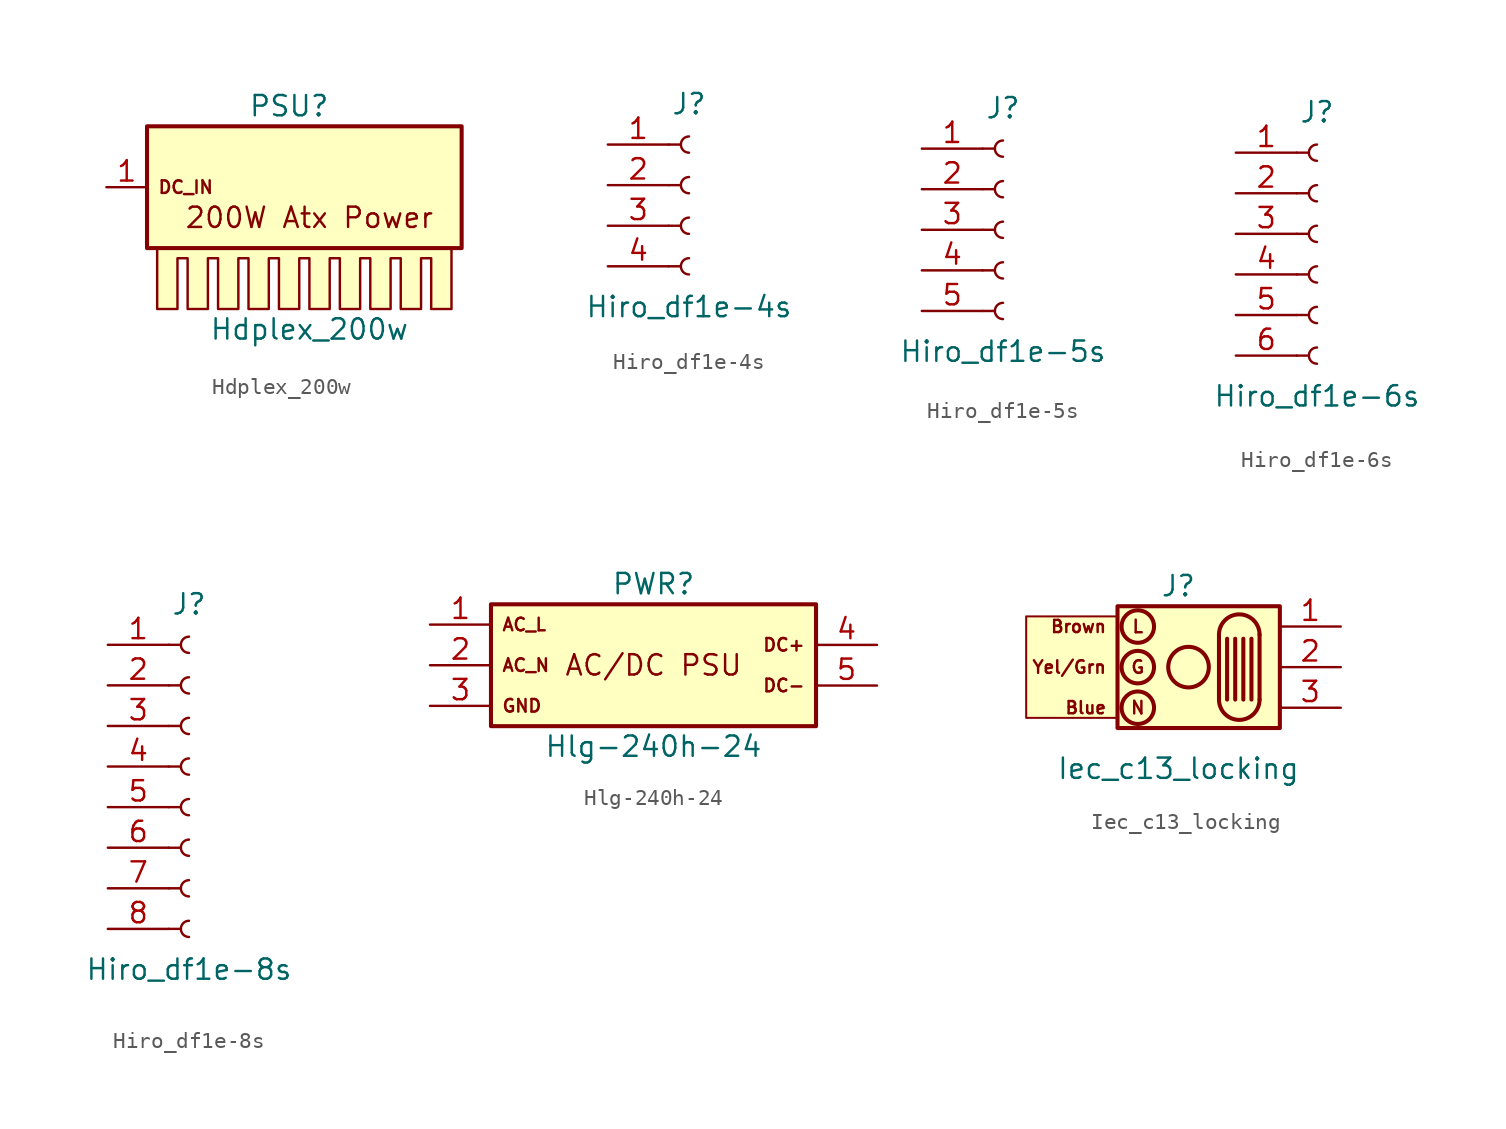
<source format=kicad_sym>
(kicad_symbol_lib
  (version 20220914)
  (generator kicad_symbol_editor)
  (symbol "Hdplex_200w"
    (pin_names
      (offset 1.016) hide)
    (property "Reference" "PSU"
      (at 0 5.08 0)
      (effects (font (size 1.27 1.27))))
    (property "Value" "Hdplex_200w"
      (at 1.27 -8.89 0)
      (effects (font (size 1.27 1.27))))
    (symbol "Hdplex_200w_0_0"
      (polyline (pts (xy -8.255 -4.445) (xy -8.255 -7.62) (xy -6.985 -7.62) (xy -6.985 -4.445) (xy -6.35 -4.445) (xy -6.35 -7.62) (xy -5.08 -7.62) (xy -5.08 -4.445) (xy -4.445 -4.445) (xy -4.445 -7.62) (xy -3.175 -7.62) (xy -3.175 -4.445) (xy -2.54 -4.445) (xy -2.54 -7.62) (xy -1.905 -7.62) (xy -1.27 -7.62) (xy -1.27 -4.445) (xy -0.635 -4.445) (xy -0.635 -7.62) (xy 0.635 -7.62) (xy 0.635 -4.445) (xy 1.27 -4.445) (xy 1.27 -7.62) (xy 2.54 -7.62) (xy 2.54 -4.445) (xy 3.175 -4.445) (xy 3.175 -7.62) (xy 4.445 -7.62) (xy 4.445 -4.445) (xy 5.08 -4.445) (xy 5.08 -7.62) (xy 6.35 -7.62) (xy 6.35 -4.445) (xy 6.985 -4.445) (xy 6.985 -7.62) (xy 8.255 -7.62) (xy 8.255 -4.445) (xy 8.89 -4.445) (xy 8.89 -7.62) (xy 10.16 -7.62) (xy 10.16 -4.445) (xy 10.16 -3.81) (xy -8.255 -3.81) (xy -8.255 -4.445)) (stroke (width 0) (type default)) (fill (type background)))
      (text "200W Atx Power" (at 1.27 -1.905 0) (effects (font (size 1.27 1.27))))
      (text "DC_IN" (at -8.255 0 0) (effects (font (size 0.787 0.787)) (justify left))))
    (symbol "Hdplex_200w_0_1"
      (rectangle (start 10.795 3.81) (end -8.89 -3.81) (stroke (width 0.254) (type default)) (fill (type background))))
    (symbol "Hdplex_200w_1_1"
      (pin passive line (at -11.43 0 0) (length 2.54) (name "DC_IN" (effects (font (size 1.27 1.27)))) (number "1" (effects (font (size 1.27 1.27)))))))
  (symbol "Hiro_df1e-4s"
    (pin_names
      (offset 1.016) hide)
    (property "Reference" "J"
      (at 0 7.62 0)
      (effects (font (size 1.27 1.27))))
    (property "Value" "Hiro_df1e-4s"
      (at 0 -5.08 0)
      (effects (font (size 1.27 1.27))))
    (symbol "Hiro_df1e-4s_1_1"
      (arc (start 0 -2.032) (mid -0.5058 -2.54) (end 0 -3.048) (stroke (width 0.1524) (type default)) (fill (type none)))
      (polyline (pts (xy -1.27 -2.54) (xy -0.508 -2.54)) (stroke (width 0.152) (type default)) (fill (type none)))
      (polyline (pts (xy -1.27 0) (xy -0.508 0)) (stroke (width 0.152) (type default)) (fill (type none)))
      (polyline (pts (xy -1.27 2.54) (xy -0.508 2.54)) (stroke (width 0.152) (type default)) (fill (type none)))
      (polyline (pts (xy -1.27 5.08) (xy -0.508 5.08)) (stroke (width 0.152) (type default)) (fill (type none)))
      (arc (start 0 0.508) (mid -0.5058 0) (end 0 -0.508) (stroke (width 0.1524) (type default)) (fill (type none)))
      (arc (start 0 3.048) (mid -0.5058 2.54) (end 0 2.032) (stroke (width 0.1524) (type default)) (fill (type none)))
      (arc (start 0 5.588) (mid -0.5058 5.08) (end 0 4.572) (stroke (width 0.1524) (type default)) (fill (type none)))
      (pin passive line (at -5.08 5.08 0) (length 3.81) (name "Pin_1" (effects (font (size 1.27 1.27)))) (number "1" (effects (font (size 1.27 1.27)))))
      (pin passive line (at -5.08 2.54 0) (length 3.81) (name "Pin_2" (effects (font (size 1.27 1.27)))) (number "2" (effects (font (size 1.27 1.27)))))
      (pin passive line (at -5.08 0 0) (length 3.81) (name "Pin_3" (effects (font (size 1.27 1.27)))) (number "3" (effects (font (size 1.27 1.27)))))
      (pin passive line (at -5.08 -2.54 0) (length 3.81) (name "Pin_4" (effects (font (size 1.27 1.27)))) (number "4" (effects (font (size 1.27 1.27)))))))
  (symbol "Hiro_df1e-5s"
    (pin_names
      (offset 1.016) hide)
    (property "Reference" "J"
      (at 0 7.62 0)
      (effects (font (size 1.27 1.27))))
    (property "Value" "Hiro_df1e-5s"
      (at 0 -7.62 0)
      (effects (font (size 1.27 1.27))))
    (symbol "Hiro_df1e-5s_1_1"
      (arc (start 0 -4.572) (mid -0.5058 -5.08) (end 0 -5.588) (stroke (width 0.1524) (type default)) (fill (type none)))
      (arc (start 0 -2.032) (mid -0.5058 -2.54) (end 0 -3.048) (stroke (width 0.1524) (type default)) (fill (type none)))
      (polyline (pts (xy -1.27 -5.08) (xy -0.508 -5.08)) (stroke (width 0.152) (type default)) (fill (type none)))
      (polyline (pts (xy -1.27 -2.54) (xy -0.508 -2.54)) (stroke (width 0.152) (type default)) (fill (type none)))
      (polyline (pts (xy -1.27 0) (xy -0.508 0)) (stroke (width 0.152) (type default)) (fill (type none)))
      (polyline (pts (xy -1.27 2.54) (xy -0.508 2.54)) (stroke (width 0.152) (type default)) (fill (type none)))
      (polyline (pts (xy -1.27 5.08) (xy -0.508 5.08)) (stroke (width 0.152) (type default)) (fill (type none)))
      (arc (start 0 0.508) (mid -0.5058 0) (end 0 -0.508) (stroke (width 0.1524) (type default)) (fill (type none)))
      (arc (start 0 3.048) (mid -0.5058 2.54) (end 0 2.032) (stroke (width 0.1524) (type default)) (fill (type none)))
      (arc (start 0 5.588) (mid -0.5058 5.08) (end 0 4.572) (stroke (width 0.1524) (type default)) (fill (type none)))
      (pin passive line (at -5.08 5.08 0) (length 3.81) (name "Pin_1" (effects (font (size 1.27 1.27)))) (number "1" (effects (font (size 1.27 1.27)))))
      (pin passive line (at -5.08 2.54 0) (length 3.81) (name "Pin_2" (effects (font (size 1.27 1.27)))) (number "2" (effects (font (size 1.27 1.27)))))
      (pin passive line (at -5.08 0 0) (length 3.81) (name "Pin_3" (effects (font (size 1.27 1.27)))) (number "3" (effects (font (size 1.27 1.27)))))
      (pin passive line (at -5.08 -2.54 0) (length 3.81) (name "Pin_4" (effects (font (size 1.27 1.27)))) (number "4" (effects (font (size 1.27 1.27)))))
      (pin passive line (at -5.08 -5.08 0) (length 3.81) (name "Pin_5" (effects (font (size 1.27 1.27)))) (number "5" (effects (font (size 1.27 1.27)))))))
  (symbol "Hiro_df1e-6s"
    (pin_names
      (offset 1.016) hide)
    (property "Reference" "J"
      (at 0 7.62 0)
      (effects (font (size 1.27 1.27))))
    (property "Value" "Hiro_df1e-6s"
      (at 0 -10.16 0)
      (effects (font (size 1.27 1.27))))
    (symbol "Hiro_df1e-6s_1_1"
      (arc (start 0 -7.112) (mid -0.5058 -7.62) (end 0 -8.128) (stroke (width 0.1524) (type default)) (fill (type none)))
      (arc (start 0 -4.572) (mid -0.5058 -5.08) (end 0 -5.588) (stroke (width 0.1524) (type default)) (fill (type none)))
      (arc (start 0 -2.032) (mid -0.5058 -2.54) (end 0 -3.048) (stroke (width 0.1524) (type default)) (fill (type none)))
      (polyline (pts (xy -1.27 -7.62) (xy -0.508 -7.62)) (stroke (width 0.152) (type default)) (fill (type none)))
      (polyline (pts (xy -1.27 -5.08) (xy -0.508 -5.08)) (stroke (width 0.152) (type default)) (fill (type none)))
      (polyline (pts (xy -1.27 -2.54) (xy -0.508 -2.54)) (stroke (width 0.152) (type default)) (fill (type none)))
      (polyline (pts (xy -1.27 0) (xy -0.508 0)) (stroke (width 0.152) (type default)) (fill (type none)))
      (polyline (pts (xy -1.27 2.54) (xy -0.508 2.54)) (stroke (width 0.152) (type default)) (fill (type none)))
      (polyline (pts (xy -1.27 5.08) (xy -0.508 5.08)) (stroke (width 0.152) (type default)) (fill (type none)))
      (arc (start 0 0.508) (mid -0.5058 0) (end 0 -0.508) (stroke (width 0.1524) (type default)) (fill (type none)))
      (arc (start 0 3.048) (mid -0.5058 2.54) (end 0 2.032) (stroke (width 0.1524) (type default)) (fill (type none)))
      (arc (start 0 5.588) (mid -0.5058 5.08) (end 0 4.572) (stroke (width 0.1524) (type default)) (fill (type none)))
      (pin passive line (at -5.08 5.08 0) (length 3.81) (name "Pin_1" (effects (font (size 1.27 1.27)))) (number "1" (effects (font (size 1.27 1.27)))))
      (pin passive line (at -5.08 2.54 0) (length 3.81) (name "Pin_2" (effects (font (size 1.27 1.27)))) (number "2" (effects (font (size 1.27 1.27)))))
      (pin passive line (at -5.08 0 0) (length 3.81) (name "Pin_3" (effects (font (size 1.27 1.27)))) (number "3" (effects (font (size 1.27 1.27)))))
      (pin passive line (at -5.08 -2.54 0) (length 3.81) (name "Pin_4" (effects (font (size 1.27 1.27)))) (number "4" (effects (font (size 1.27 1.27)))))
      (pin passive line (at -5.08 -5.08 0) (length 3.81) (name "Pin_5" (effects (font (size 1.27 1.27)))) (number "5" (effects (font (size 1.27 1.27)))))
      (pin passive line (at -5.08 -7.62 0) (length 3.81) (name "Pin_6" (effects (font (size 1.27 1.27)))) (number "6" (effects (font (size 1.27 1.27)))))))
  (symbol "Hiro_df1e-8s"
    (pin_names
      (offset 1.016) hide)
    (property "Reference" "J"
      (at 0 10.16 0)
      (effects (font (size 1.27 1.27))))
    (property "Value" "Hiro_df1e-8s"
      (at 0 -12.7 0)
      (effects (font (size 1.27 1.27))))
    (symbol "Hiro_df1e-8s_1_1"
      (arc (start 0 -9.652) (mid -0.5058 -10.16) (end 0 -10.668) (stroke (width 0.1524) (type default)) (fill (type none)))
      (arc (start 0 -7.112) (mid -0.5058 -7.62) (end 0 -8.128) (stroke (width 0.1524) (type default)) (fill (type none)))
      (arc (start 0 -4.572) (mid -0.5058 -5.08) (end 0 -5.588) (stroke (width 0.1524) (type default)) (fill (type none)))
      (arc (start 0 -2.032) (mid -0.5058 -2.54) (end 0 -3.048) (stroke (width 0.1524) (type default)) (fill (type none)))
      (polyline (pts (xy -1.27 -10.16) (xy -0.508 -10.16)) (stroke (width 0.152) (type default)) (fill (type none)))
      (polyline (pts (xy -1.27 -7.62) (xy -0.508 -7.62)) (stroke (width 0.152) (type default)) (fill (type none)))
      (polyline (pts (xy -1.27 -5.08) (xy -0.508 -5.08)) (stroke (width 0.152) (type default)) (fill (type none)))
      (polyline (pts (xy -1.27 -2.54) (xy -0.508 -2.54)) (stroke (width 0.152) (type default)) (fill (type none)))
      (polyline (pts (xy -1.27 0) (xy -0.508 0)) (stroke (width 0.152) (type default)) (fill (type none)))
      (polyline (pts (xy -1.27 2.54) (xy -0.508 2.54)) (stroke (width 0.152) (type default)) (fill (type none)))
      (polyline (pts (xy -1.27 5.08) (xy -0.508 5.08)) (stroke (width 0.152) (type default)) (fill (type none)))
      (polyline (pts (xy -1.27 7.62) (xy -0.508 7.62)) (stroke (width 0.152) (type default)) (fill (type none)))
      (arc (start 0 0.508) (mid -0.5058 0) (end 0 -0.508) (stroke (width 0.1524) (type default)) (fill (type none)))
      (arc (start 0 3.048) (mid -0.5058 2.54) (end 0 2.032) (stroke (width 0.1524) (type default)) (fill (type none)))
      (arc (start 0 5.588) (mid -0.5058 5.08) (end 0 4.572) (stroke (width 0.1524) (type default)) (fill (type none)))
      (arc (start 0 8.128) (mid -0.5058 7.62) (end 0 7.112) (stroke (width 0.1524) (type default)) (fill (type none)))
      (pin passive line (at -5.08 7.62 0) (length 3.81) (name "Pin_1" (effects (font (size 1.27 1.27)))) (number "1" (effects (font (size 1.27 1.27)))))
      (pin passive line (at -5.08 5.08 0) (length 3.81) (name "Pin_2" (effects (font (size 1.27 1.27)))) (number "2" (effects (font (size 1.27 1.27)))))
      (pin passive line (at -5.08 2.54 0) (length 3.81) (name "Pin_3" (effects (font (size 1.27 1.27)))) (number "3" (effects (font (size 1.27 1.27)))))
      (pin passive line (at -5.08 0 0) (length 3.81) (name "Pin_4" (effects (font (size 1.27 1.27)))) (number "4" (effects (font (size 1.27 1.27)))))
      (pin passive line (at -5.08 -2.54 0) (length 3.81) (name "Pin_5" (effects (font (size 1.27 1.27)))) (number "5" (effects (font (size 1.27 1.27)))))
      (pin passive line (at -5.08 -5.08 0) (length 3.81) (name "Pin_6" (effects (font (size 1.27 1.27)))) (number "6" (effects (font (size 1.27 1.27)))))
      (pin passive line (at -5.08 -7.62 0) (length 3.81) (name "Pin_7" (effects (font (size 1.27 1.27)))) (number "7" (effects (font (size 1.27 1.27)))))
      (pin passive line (at -5.08 -10.16 0) (length 3.81) (name "Pin_8" (effects (font (size 1.27 1.27)))) (number "8" (effects (font (size 1.27 1.27)))))))
  (symbol "Hlg-240h-24"
    (pin_names
      (offset 1.016) hide)
    (property "Reference" "PWR"
      (at 0 5.08 0)
      (effects (font (size 1.27 1.27))))
    (property "Value" "Hlg-240h-24"
      (at 0 -5.08 0)
      (effects (font (size 1.27 1.27))))
    (symbol "Hlg-240h-24_0_0"
      (text "AC/DC PSU" (at 0 0 0) (effects (font (size 1.27 1.27))))
      (text "AC_L" (at -9.525 2.54 0) (effects (font (size 0.787 0.787)) (justify left))))
    (symbol "Hlg-240h-24_0_1"
      (rectangle (start 10.16 3.81) (end -10.16 -3.81) (stroke (width 0.254) (type default)) (fill (type background))))
    (symbol "Hlg-240h-24_1_1"
      (text "AC_N" (at -9.525 0 0) (effects (font (size 0.787 0.787)) (justify left)))
      (text "DC+" (at 9.525 1.27 0) (effects (font (size 0.787 0.787)) (justify right)))
      (text "DC-" (at 9.525 -1.27 0) (effects (font (size 0.787 0.787)) (justify right)))
      (text "GND" (at -9.525 -2.54 0) (effects (font (size 0.787 0.787)) (justify left)))
      (pin passive line (at -13.97 2.54 0) (length 3.81) (name "AC_L" (effects (font (size 1.27 1.27)))) (number "1" (effects (font (size 1.27 1.27)))))
      (pin passive line (at -13.97 0 0) (length 3.81) (name "AC_N" (effects (font (size 1.27 1.27)))) (number "2" (effects (font (size 1.27 1.27)))))
      (pin passive line (at -13.97 -2.54 0) (length 3.81) (name "AC_GND" (effects (font (size 1.27 1.27)))) (number "3" (effects (font (size 1.27 1.27)))))
      (pin passive line (at 13.97 1.27 180) (length 3.81) (name "DC_POS" (effects (font (size 1.27 1.27)))) (number "4" (effects (font (size 1.27 1.27)))))
      (pin passive line (at 13.97 -1.27 180) (length 3.81) (name "DC_NEG" (effects (font (size 1.27 1.27)))) (number "5" (effects (font (size 1.27 1.27)))))))
  (symbol "Iec_c13_locking"
    (pin_names
      (offset 1.016) hide)
    (property "Reference" "J"
      (at 0 5.08 0)
      (effects (font (size 1.27 1.27))))
    (property "Value" "Iec_c13_locking"
      (at 0 -6.35 0)
      (effects (font (size 1.27 1.27))))
    (symbol "Iec_c13_locking_0_0"
      (text "Blue" (at -4.445 -2.54 0) (effects (font (size 0.762 0.762)) (justify right)))
      (text "Brown" (at -4.445 2.54 0) (effects (font (size 0.762 0.762)) (justify right)))
      (text "G" (at -2.54 0 0) (effects (font (size 0.787 0.787))))
      (text "L" (at -2.54 2.54 0) (effects (font (size 0.787 0.787))))
      (text "N" (at -2.54 -2.54 0) (effects (font (size 0.787 0.787))))
      (text "Yel/Grn" (at -4.445 0 0) (effects (font (size 0.787 0.787)) (justify right))))
    (symbol "Iec_c13_locking_0_1"
      (rectangle (start -9.525 3.175) (end -3.81 -3.175) (stroke (width 0.127) (type default)) (fill (type background)))
      (rectangle (start -3.81 3.81) (end 6.35 -3.81) (stroke (width 0.254) (type default)) (fill (type background)))
      (circle (center -2.54 -2.54) (radius 1.016) (stroke (width 0.254) (type default)) (fill (type none)))
      (circle (center -2.54 0) (radius 1.016) (stroke (width 0.254) (type default)) (fill (type none)))
      (circle (center -2.54 2.54) (radius 1.016) (stroke (width 0.254) (type default)) (fill (type none)))
      (polyline (pts (xy 2.54 2.032) (xy 2.54 -2.032)) (stroke (width 0.254) (type default)) (fill (type none)))
      (polyline (pts (xy 3.048 1.778) (xy 3.048 -2.032)) (stroke (width 0.254) (type default)) (fill (type none)))
      (polyline (pts (xy 3.556 1.778) (xy 3.556 -2.032)) (stroke (width 0.254) (type default)) (fill (type none)))
      (polyline (pts (xy 4.064 1.778) (xy 4.064 -2.032)) (stroke (width 0.254) (type default)) (fill (type none)))
      (polyline (pts (xy 4.572 1.778) (xy 4.572 -2.032)) (stroke (width 0.254) (type default)) (fill (type none)))
      (polyline (pts (xy 5.08 2.032) (xy 5.08 -2.032)) (stroke (width 0.254) (type default)) (fill (type none)))
      (circle (center 0.635 0) (radius 1.27) (stroke (width 0.254) (type default)) (fill (type none)))
      (arc (start 2.54 -2.032) (mid 3.81 -3.2965) (end 5.08 -2.032) (stroke (width 0.254) (type default)) (fill (type none))))
    (symbol "Iec_c13_locking_1_1"
      (arc (start 5.08 2.032) (mid 3.81 3.2965) (end 2.54 2.032) (stroke (width 0.254) (type default)) (fill (type none)))
      (pin passive line (at 10.16 2.54 180) (length 3.81) (name "Pin_1" (effects (font (size 1.27 1.27)))) (number "1" (effects (font (size 1.27 1.27)))))
      (pin passive line (at 10.16 0 180) (length 3.81) (name "Pin_2" (effects (font (size 1.27 1.27)))) (number "2" (effects (font (size 1.27 1.27)))))
      (pin passive line (at 10.16 -2.54 180) (length 3.81) (name "Pin_3" (effects (font (size 1.27 1.27)))) (number "3" (effects (font (size 1.27 1.27))))))))
</source>
